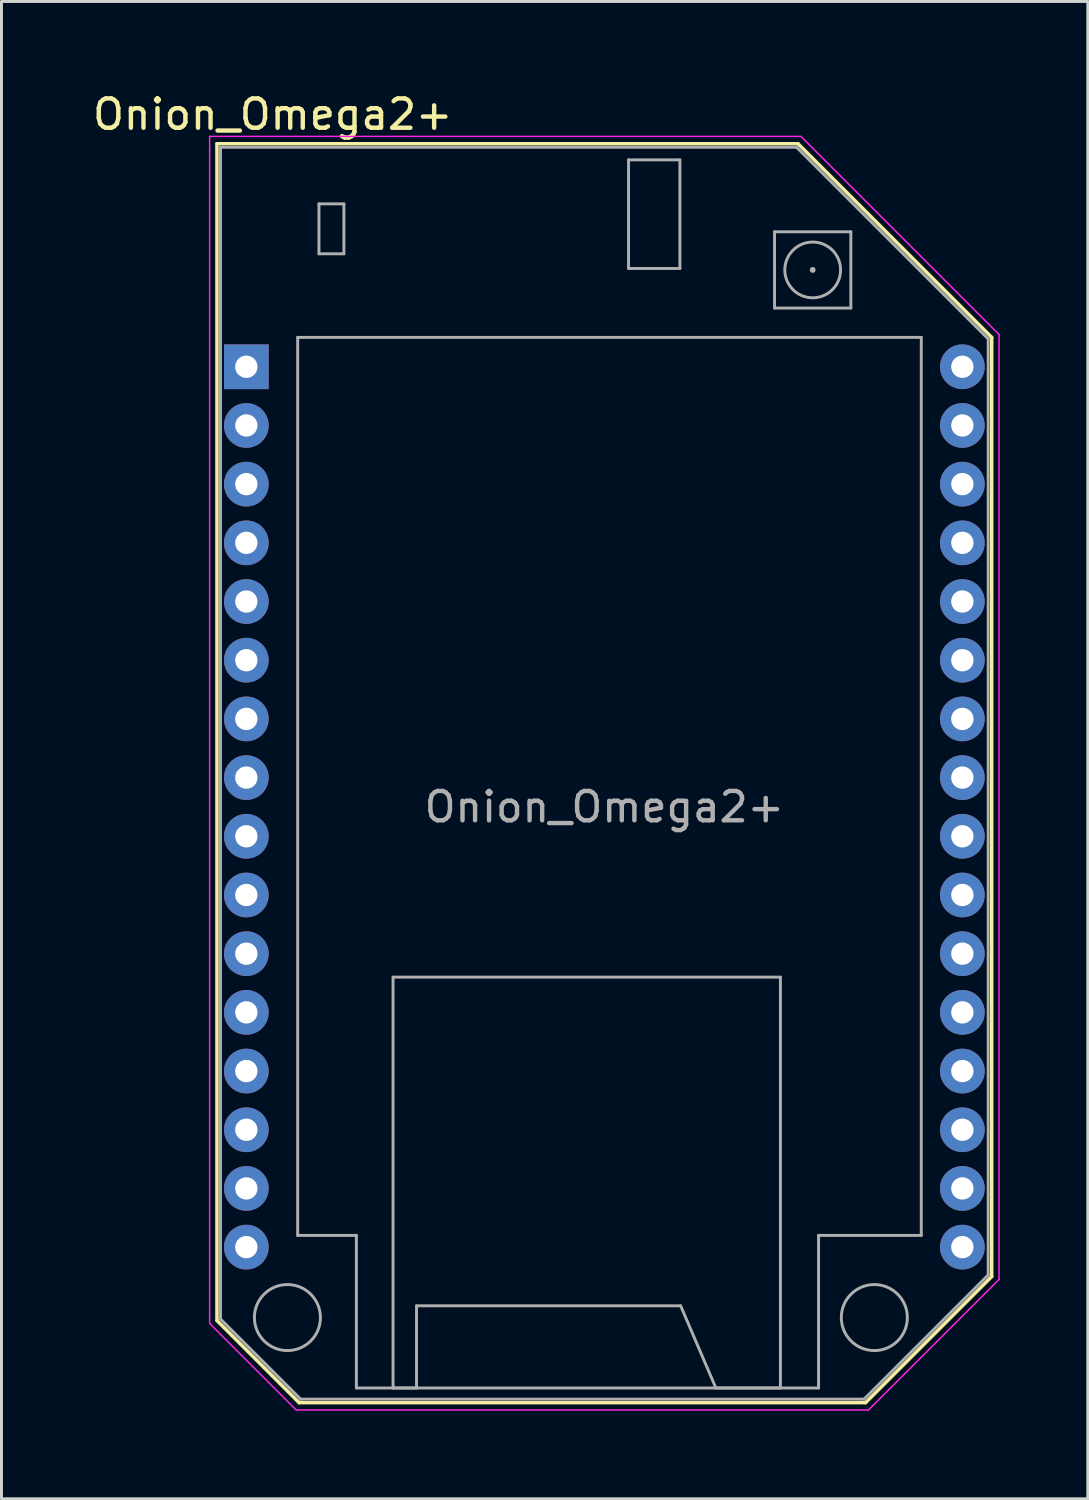
<source format=kicad_pcb>
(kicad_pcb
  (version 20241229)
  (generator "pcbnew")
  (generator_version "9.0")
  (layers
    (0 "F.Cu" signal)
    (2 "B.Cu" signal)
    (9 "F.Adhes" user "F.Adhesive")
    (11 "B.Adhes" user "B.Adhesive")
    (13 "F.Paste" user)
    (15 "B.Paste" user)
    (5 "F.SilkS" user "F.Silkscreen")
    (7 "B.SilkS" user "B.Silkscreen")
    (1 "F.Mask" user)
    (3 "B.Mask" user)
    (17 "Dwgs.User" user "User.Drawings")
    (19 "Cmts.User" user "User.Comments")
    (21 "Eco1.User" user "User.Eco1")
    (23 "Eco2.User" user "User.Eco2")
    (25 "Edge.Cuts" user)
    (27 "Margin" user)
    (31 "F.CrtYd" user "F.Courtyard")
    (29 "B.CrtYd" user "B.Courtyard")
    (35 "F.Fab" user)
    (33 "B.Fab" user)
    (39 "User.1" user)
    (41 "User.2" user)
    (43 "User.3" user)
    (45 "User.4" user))
  (footprint "Onion_Omega2+"
    (layer "F.Cu")
    (at 5.344 9.448)
    (property "Reference" "Onion_Omega2+" (at 0.9 -8.6 0) (layer "F.SilkS") (effects (font (size 1 1) (thickness 0.15))))
    (attr through_hole)
    (fp_line (start -1 -7.6) (end -1 32.5) (stroke (width 0.12) (type solid)) (layer "F.SilkS"))
    (fp_line (start -1 32.5) (end 1.8 35.3) (stroke (width 0.12) (type solid)) (layer "F.SilkS"))
    (fp_line (start 1.8 35.3) (end 21.1 35.3) (stroke (width 0.12) (type solid)) (layer "F.SilkS"))
    (fp_line (start 18.8 -7.6) (end -1 -7.6) (stroke (width 0.12) (type solid)) (layer "F.SilkS"))
    (fp_line (start 18.8 -7.6) (end 25.4 -1) (stroke (width 0.12) (type solid)) (layer "F.SilkS"))
    (fp_line (start 25.4 31) (end 21.1 35.3) (stroke (width 0.12) (type solid)) (layer "F.SilkS"))
    (fp_line (start 25.4 31) (end 25.4 -1) (stroke (width 0.12) (type solid)) (layer "F.SilkS"))
    (fp_line (start -1.25 -7.85) (end -1.25 32.6) (stroke (width 0.05) (type solid)) (layer "F.CrtYd"))
    (fp_line (start -1.25 -7.85) (end 18.9 -7.85) (stroke (width 0.05) (type solid)) (layer "F.CrtYd"))
    (fp_line (start -1.25 32.6) (end 1.7 35.55) (stroke (width 0.05) (type solid)) (layer "F.CrtYd"))
    (fp_line (start 1.7 35.55) (end 21.2 35.55) (stroke (width 0.05) (type solid)) (layer "F.CrtYd"))
    (fp_line (start 18.9 -7.85) (end 25.65 -1.1) (stroke (width 0.05) (type solid)) (layer "F.CrtYd"))
    (fp_line (start 21.2 35.55) (end 25.65 31.1) (stroke (width 0.05) (type solid)) (layer "F.CrtYd"))
    (fp_line (start 25.65 -1.1) (end 25.65 31.1) (stroke (width 0.05) (type solid)) (layer "F.CrtYd"))
    (fp_line (start -0.88 -7.48) (end -0.88 32.45) (stroke (width 0.1) (type solid)) (layer "F.Fab"))
    (fp_line (start -0.88 32.45) (end 1.85 35.18) (stroke (width 0.1) (type solid)) (layer "F.Fab"))
    (fp_line (start 1.75 29.6) (end 1.75 -1) (stroke (width 0.1) (type solid)) (layer "F.Fab"))
    (fp_line (start 1.75 29.6) (end 3.75 29.6) (stroke (width 0.1) (type solid)) (layer "F.Fab"))
    (fp_line (start 1.85 35.18) (end 21.05 35.18) (stroke (width 0.1) (type solid)) (layer "F.Fab"))
    (fp_line (start 2.475 -5.55) (end 2.475 -3.85) (stroke (width 0.1) (type solid)) (layer "F.Fab"))
    (fp_line (start 2.475 -3.85) (end 3.325 -3.85) (stroke (width 0.1) (type solid)) (layer "F.Fab"))
    (fp_line (start 3.325 -5.55) (end 2.475 -5.55) (stroke (width 0.1) (type solid)) (layer "F.Fab"))
    (fp_line (start 3.325 -3.85) (end 3.325 -5.55) (stroke (width 0.1) (type solid)) (layer "F.Fab"))
    (fp_line (start 3.75 29.6) (end 3.75 34.8) (stroke (width 0.1) (type solid)) (layer "F.Fab"))
    (fp_line (start 3.75 34.8) (end 19.5 34.8) (stroke (width 0.1) (type solid)) (layer "F.Fab"))
    (fp_line (start 5 20.8) (end 5 34.8) (stroke (width 0.1) (type solid)) (layer "F.Fab"))
    (fp_line (start 5 20.8) (end 18.2 20.8) (stroke (width 0.1) (type solid)) (layer "F.Fab"))
    (fp_line (start 5 34.8) (end 5.8 34.8) (stroke (width 0.1) (type solid)) (layer "F.Fab"))
    (fp_line (start 5.8 32) (end 14.8 32) (stroke (width 0.1) (type solid)) (layer "F.Fab"))
    (fp_line (start 5.8 34.8) (end 5.8 32) (stroke (width 0.1) (type solid)) (layer "F.Fab"))
    (fp_line (start 13.025 -7.05) (end 13.025 -3.35) (stroke (width 0.1) (type solid)) (layer "F.Fab"))
    (fp_line (start 13.025 -3.35) (end 14.775 -3.35) (stroke (width 0.1) (type solid)) (layer "F.Fab"))
    (fp_line (start 14.775 -7.05) (end 13.025 -7.05) (stroke (width 0.1) (type solid)) (layer "F.Fab"))
    (fp_line (start 14.775 -3.35) (end 14.775 -7.05) (stroke (width 0.1) (type solid)) (layer "F.Fab"))
    (fp_line (start 14.8 32) (end 16 34.8) (stroke (width 0.1) (type solid)) (layer "F.Fab"))
    (fp_line (start 16 34.8) (end 18.2 34.8) (stroke (width 0.1) (type solid)) (layer "F.Fab"))
    (fp_line (start 18 -4.6) (end 18 -2) (stroke (width 0.1) (type solid)) (layer "F.Fab"))
    (fp_line (start 18 -2) (end 20.6 -2) (stroke (width 0.1) (type solid)) (layer "F.Fab"))
    (fp_line (start 18.2 20.8) (end 18.2 34.8) (stroke (width 0.1) (type solid)) (layer "F.Fab"))
    (fp_line (start 18.75 -7.48) (end -0.88 -7.48) (stroke (width 0.1) (type solid)) (layer "F.Fab"))
    (fp_line (start 19.5 29.6) (end 23 29.6) (stroke (width 0.1) (type solid)) (layer "F.Fab"))
    (fp_line (start 19.5 34.8) (end 19.5 29.6) (stroke (width 0.1) (type solid)) (layer "F.Fab"))
    (fp_line (start 20.6 -4.6) (end 18 -4.6) (stroke (width 0.1) (type solid)) (layer "F.Fab"))
    (fp_line (start 20.6 -2) (end 20.6 -4.6) (stroke (width 0.1) (type solid)) (layer "F.Fab"))
    (fp_line (start 21.05 35.18) (end 25.28 30.95) (stroke (width 0.1) (type solid)) (layer "F.Fab"))
    (fp_line (start 23 -1) (end 1.75 -1) (stroke (width 0.1) (type solid)) (layer "F.Fab"))
    (fp_line (start 23 -1) (end 23 29.6) (stroke (width 0.1) (type solid)) (layer "F.Fab"))
    (fp_line (start 25.28 -0.95) (end 18.75 -7.48) (stroke (width 0.1) (type solid)) (layer "F.Fab"))
    (fp_line (start 25.28 30.95) (end 25.28 -0.95) (stroke (width 0.1) (type solid)) (layer "F.Fab"))
    (fp_circle (center 1.4 32.4) (end 2.525 32.4) (stroke (width 0.1) (type solid)) (fill no) (layer "F.Fab"))
    (fp_circle (center 19.3 -3.3) (end 19.35 -3.3) (stroke (width 0.1) (type solid)) (fill no) (layer "F.Fab"))
    (fp_circle (center 19.3 -3.3) (end 20.25 -3.3) (stroke (width 0.1) (type solid)) (fill no) (layer "F.Fab"))
    (fp_circle (center 21.4 32.4) (end 22.525 32.4) (stroke (width 0.1) (type solid)) (fill no) (layer "F.Fab"))
    (fp_text user "${REFERENCE}" (at 12.2 15 0) (layer "F.Fab") (effects (font (size 1 1) (thickness 0.15))))
    (pad "1" thru_hole rect (at 0 0) (size 1.524 1.524) (drill 0.762) (layers "*.Cu" "*.Mask"))
    (pad "2" thru_hole circle (at 0 2) (size 1.524 1.524) (drill 0.762) (layers "*.Cu" "*.Mask"))
    (pad "3" thru_hole circle (at 0 4) (size 1.524 1.524) (drill 0.762) (layers "*.Cu" "*.Mask"))
    (pad "4" thru_hole circle (at 0 6) (size 1.524 1.524) (drill 0.762) (layers "*.Cu" "*.Mask"))
    (pad "5" thru_hole circle (at 0 8) (size 1.524 1.524) (drill 0.762) (layers "*.Cu" "*.Mask"))
    (pad "6" thru_hole circle (at 0 10) (size 1.524 1.524) (drill 0.762) (layers "*.Cu" "*.Mask"))
    (pad "7" thru_hole circle (at 0 12) (size 1.524 1.524) (drill 0.762) (layers "*.Cu" "*.Mask"))
    (pad "8" thru_hole circle (at 0 14) (size 1.524 1.524) (drill 0.762) (layers "*.Cu" "*.Mask"))
    (pad "9" thru_hole circle (at 0 16) (size 1.524 1.524) (drill 0.762) (layers "*.Cu" "*.Mask"))
    (pad "10" thru_hole circle (at 0 18) (size 1.524 1.524) (drill 0.762) (layers "*.Cu" "*.Mask"))
    (pad "11" thru_hole circle (at 0 20) (size 1.524 1.524) (drill 0.762) (layers "*.Cu" "*.Mask"))
    (pad "12" thru_hole circle (at 0 22) (size 1.524 1.524) (drill 0.762) (layers "*.Cu" "*.Mask"))
    (pad "13" thru_hole circle (at 0 24) (size 1.524 1.524) (drill 0.762) (layers "*.Cu" "*.Mask"))
    (pad "14" thru_hole circle (at 0 26) (size 1.524 1.524) (drill 0.762) (layers "*.Cu" "*.Mask"))
    (pad "15" thru_hole circle (at 0 28) (size 1.524 1.524) (drill 0.762) (layers "*.Cu" "*.Mask"))
    (pad "16" thru_hole circle (at 0 30) (size 1.524 1.524) (drill 0.762) (layers "*.Cu" "*.Mask"))
    (pad "17" thru_hole circle (at 24.4 30) (size 1.524 1.524) (drill 0.762) (layers "*.Cu" "*.Mask"))
    (pad "18" thru_hole circle (at 24.4 28) (size 1.524 1.524) (drill 0.762) (layers "*.Cu" "*.Mask"))
    (pad "19" thru_hole circle (at 24.4 26) (size 1.524 1.524) (drill 0.762) (layers "*.Cu" "*.Mask"))
    (pad "20" thru_hole circle (at 24.4 24) (size 1.524 1.524) (drill 0.762) (layers "*.Cu" "*.Mask"))
    (pad "21" thru_hole circle (at 24.4 22) (size 1.524 1.524) (drill 0.762) (layers "*.Cu" "*.Mask"))
    (pad "22" thru_hole circle (at 24.4 20) (size 1.524 1.524) (drill 0.762) (layers "*.Cu" "*.Mask"))
    (pad "23" thru_hole circle (at 24.4 18) (size 1.524 1.524) (drill 0.762) (layers "*.Cu" "*.Mask"))
    (pad "24" thru_hole circle (at 24.4 16) (size 1.524 1.524) (drill 0.762) (layers "*.Cu" "*.Mask"))
    (pad "25" thru_hole circle (at 24.4 14) (size 1.524 1.524) (drill 0.762) (layers "*.Cu" "*.Mask"))
    (pad "26" thru_hole circle (at 24.4 12) (size 1.524 1.524) (drill 0.762) (layers "*.Cu" "*.Mask"))
    (pad "27" thru_hole circle (at 24.4 10) (size 1.524 1.524) (drill 0.762) (layers "*.Cu" "*.Mask"))
    (pad "28" thru_hole circle (at 24.4 8) (size 1.524 1.524) (drill 0.762) (layers "*.Cu" "*.Mask"))
    (pad "29" thru_hole circle (at 24.4 6) (size 1.524 1.524) (drill 0.762) (layers "*.Cu" "*.Mask"))
    (pad "30" thru_hole circle (at 24.4 4) (size 1.524 1.524) (drill 0.762) (layers "*.Cu" "*.Mask"))
    (pad "31" thru_hole circle (at 24.4 2) (size 1.524 1.524) (drill 0.762) (layers "*.Cu" "*.Mask"))
    (pad "32" thru_hole circle (at 24.4 0) (size 1.524 1.524) (drill 0.762) (layers "*.Cu" "*.Mask")))
  (gr_rect
    (start -3 -3)
    (end 34.019 48.023)
    (stroke (width 0.1) (type default))
    (fill no)
    (layer "Edge.Cuts")))
</source>
